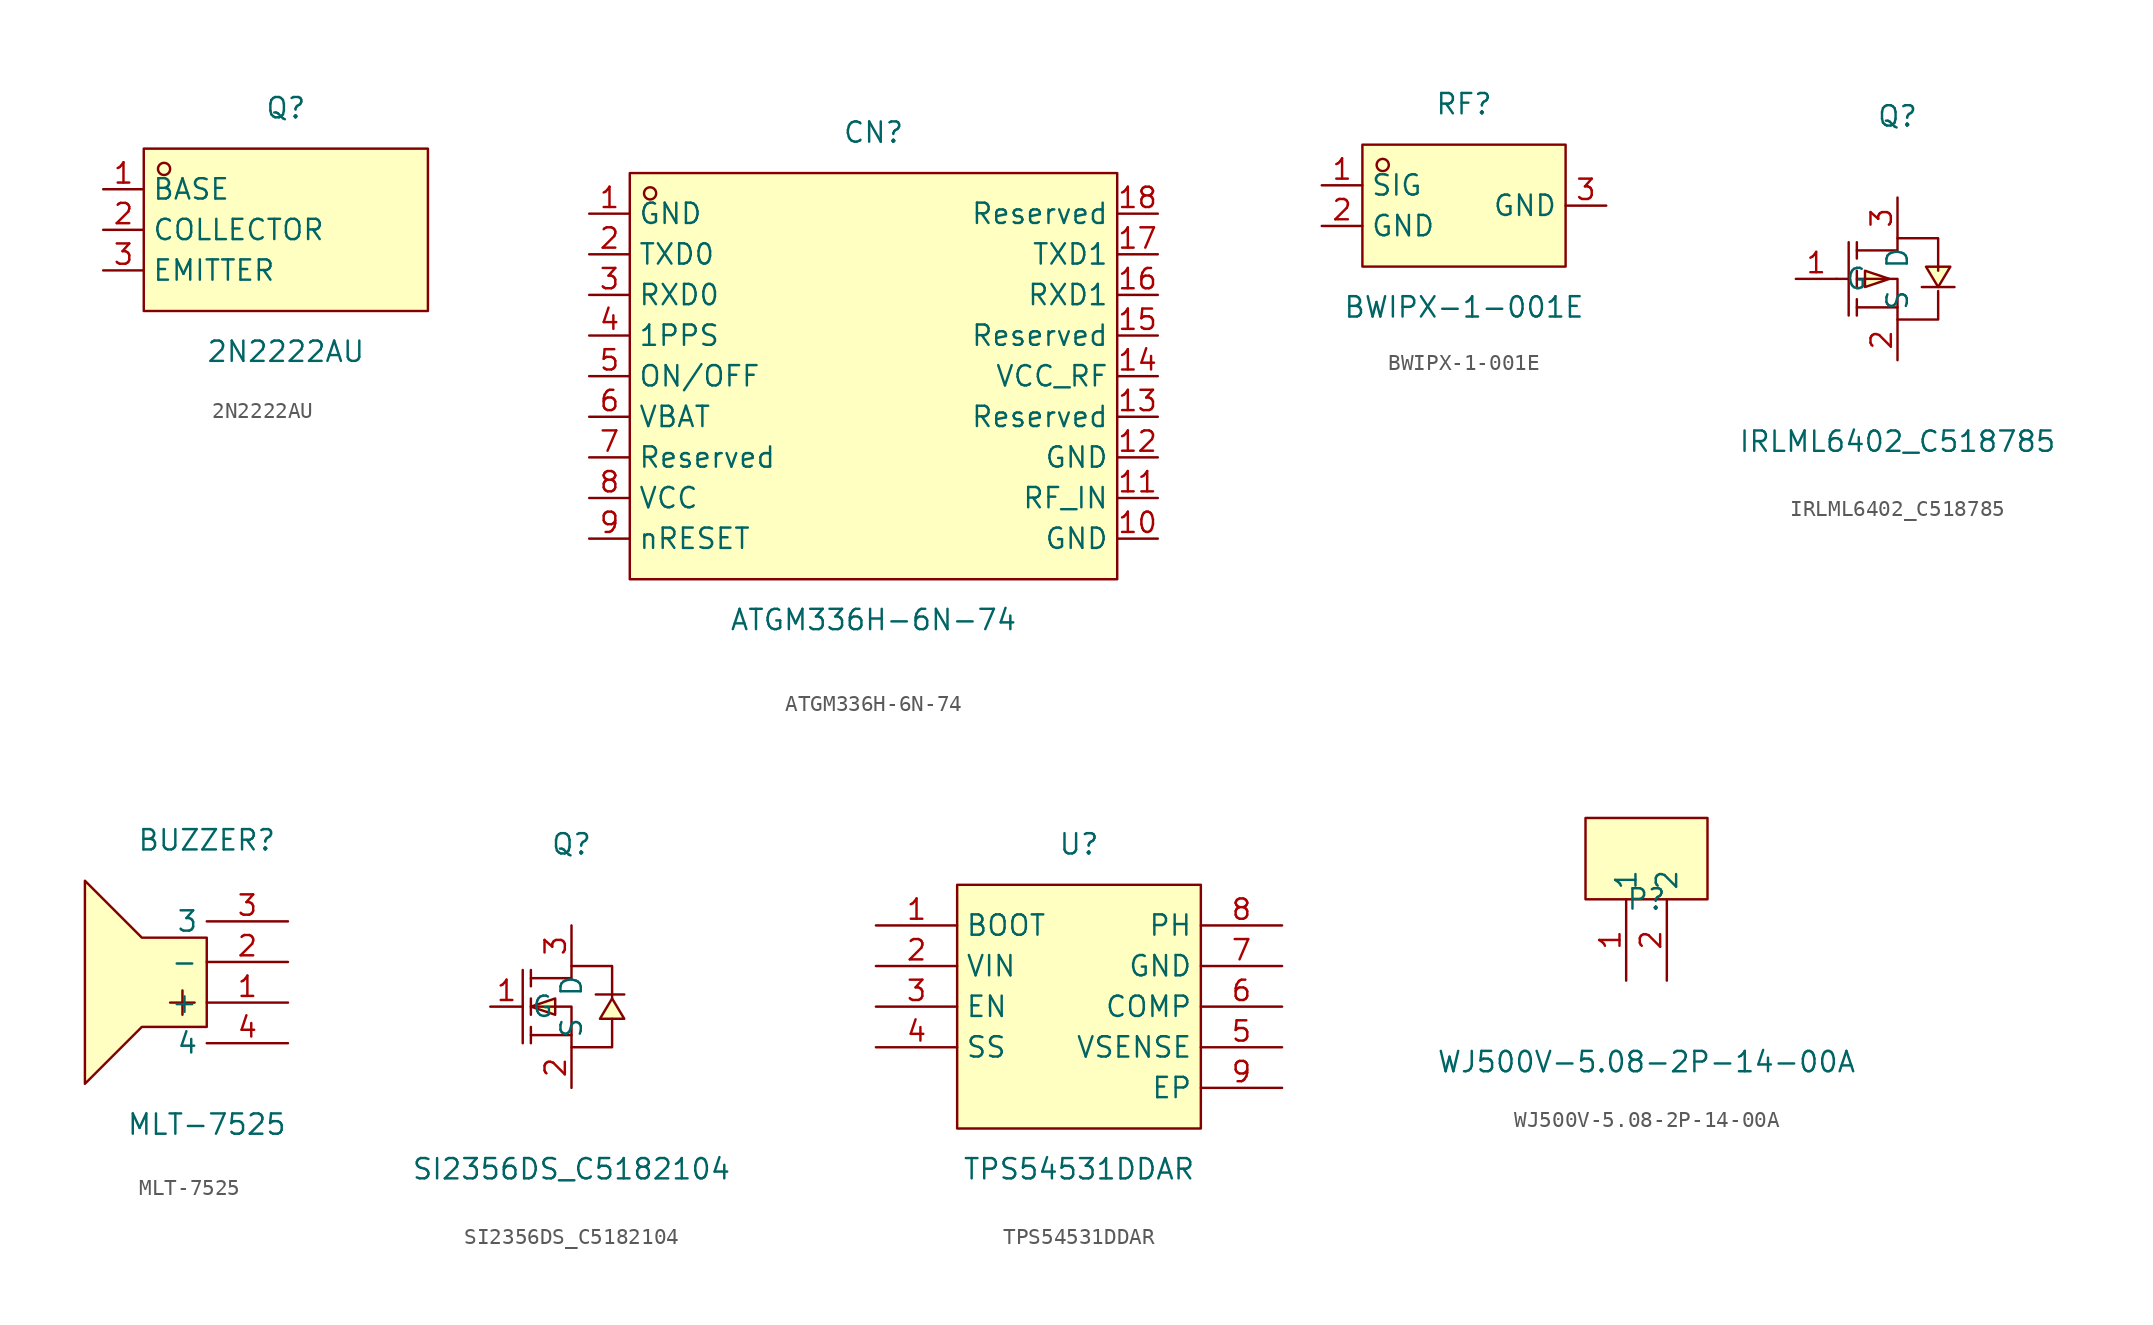
<source format=kicad_sym>
(kicad_symbol_lib
  (version 20211014)
  (generator https://github.com/uPesy/easyeda2kicad.py)
  (symbol "2N2222AU"
    (property "Reference" "Q"
      (at 0 7.62 0)
      (effects (font (size 1.27 1.27))))
    (property "Value" "2N2222AU"
      (at 0 -7.62 0)
      (effects (font (size 1.27 1.27))))
    (symbol "2N2222AU_0_1"
      (rectangle (start -8.89 5.08) (end 8.89 -5.08) (stroke (width 0) (type default) (color 0 0 0 0)) (fill (type background)))
      (circle (center -7.62 3.81) (radius 0.38) (stroke (width 0) (type default) (color 0 0 0 0)) (fill (type none)))
      (pin unspecified line (at -11.43 2.54 0) (length 2.54) (name "BASE" (effects (font (size 1.27 1.27)))) (number "1" (effects (font (size 1.27 1.27)))))
      (pin unspecified line (at -11.43 -0.00 0) (length 2.54) (name "COLLECTOR" (effects (font (size 1.27 1.27)))) (number "2" (effects (font (size 1.27 1.27)))))
      (pin unspecified line (at -11.43 -2.54 0) (length 2.54) (name "EMITTER" (effects (font (size 1.27 1.27)))) (number "3" (effects (font (size 1.27 1.27)))))))
  (symbol "ATGM336H-6N-74"
    (property "Reference" "CN"
      (at 0 15.24 0)
      (effects (font (size 1.27 1.27))))
    (property "Value" "ATGM336H-6N-74"
      (at 0 -15.24 0)
      (effects (font (size 1.27 1.27))))
    (symbol "ATGM336H-6N-74_0_1"
      (rectangle (start -15.24 12.70) (end 15.24 -12.70) (stroke (width 0) (type default) (color 0 0 0 0)) (fill (type background)))
      (circle (center -13.97 11.43) (radius 0.38) (stroke (width 0) (type default) (color 0 0 0 0)) (fill (type none)))
      (pin unspecified line (at -17.78 10.16 0) (length 2.54) (name "GND" (effects (font (size 1.27 1.27)))) (number "1" (effects (font (size 1.27 1.27)))))
      (pin unspecified line (at -17.78 7.62 0) (length 2.54) (name "TXD0" (effects (font (size 1.27 1.27)))) (number "2" (effects (font (size 1.27 1.27)))))
      (pin unspecified line (at -17.78 5.08 0) (length 2.54) (name "RXD0" (effects (font (size 1.27 1.27)))) (number "3" (effects (font (size 1.27 1.27)))))
      (pin unspecified line (at -17.78 2.54 0) (length 2.54) (name "1PPS" (effects (font (size 1.27 1.27)))) (number "4" (effects (font (size 1.27 1.27)))))
      (pin unspecified line (at -17.78 -0.00 0) (length 2.54) (name "ON/OFF" (effects (font (size 1.27 1.27)))) (number "5" (effects (font (size 1.27 1.27)))))
      (pin unspecified line (at -17.78 -2.54 0) (length 2.54) (name "VBAT" (effects (font (size 1.27 1.27)))) (number "6" (effects (font (size 1.27 1.27)))))
      (pin unspecified line (at -17.78 -5.08 0) (length 2.54) (name "Reserved" (effects (font (size 1.27 1.27)))) (number "7" (effects (font (size 1.27 1.27)))))
      (pin unspecified line (at -17.78 -7.62 0) (length 2.54) (name "VCC" (effects (font (size 1.27 1.27)))) (number "8" (effects (font (size 1.27 1.27)))))
      (pin unspecified line (at -17.78 -10.16 0) (length 2.54) (name "nRESET" (effects (font (size 1.27 1.27)))) (number "9" (effects (font (size 1.27 1.27)))))
      (pin unspecified line (at 17.78 -10.16 180) (length 2.54) (name "GND" (effects (font (size 1.27 1.27)))) (number "10" (effects (font (size 1.27 1.27)))))
      (pin unspecified line (at 17.78 -7.62 180) (length 2.54) (name "RF_IN" (effects (font (size 1.27 1.27)))) (number "11" (effects (font (size 1.27 1.27)))))
      (pin unspecified line (at 17.78 -5.08 180) (length 2.54) (name "GND" (effects (font (size 1.27 1.27)))) (number "12" (effects (font (size 1.27 1.27)))))
      (pin unspecified line (at 17.78 -2.54 180) (length 2.54) (name "Reserved" (effects (font (size 1.27 1.27)))) (number "13" (effects (font (size 1.27 1.27)))))
      (pin unspecified line (at 17.78 -0.00 180) (length 2.54) (name "VCC_RF" (effects (font (size 1.27 1.27)))) (number "14" (effects (font (size 1.27 1.27)))))
      (pin unspecified line (at 17.78 2.54 180) (length 2.54) (name "Reserved" (effects (font (size 1.27 1.27)))) (number "15" (effects (font (size 1.27 1.27)))))
      (pin unspecified line (at 17.78 5.08 180) (length 2.54) (name "RXD1" (effects (font (size 1.27 1.27)))) (number "16" (effects (font (size 1.27 1.27)))))
      (pin unspecified line (at 17.78 7.62 180) (length 2.54) (name "TXD1" (effects (font (size 1.27 1.27)))) (number "17" (effects (font (size 1.27 1.27)))))
      (pin unspecified line (at 17.78 10.16 180) (length 2.54) (name "Reserved" (effects (font (size 1.27 1.27)))) (number "18" (effects (font (size 1.27 1.27)))))))
  (symbol "BWIPX-1-001E"
    (property "Reference" "RF"
      (at 0 6.35 0)
      (effects (font (size 1.27 1.27))))
    (property "Value" "BWIPX-1-001E"
      (at 0 -6.35 0)
      (effects (font (size 1.27 1.27))))
    (symbol "BWIPX-1-001E_0_1"
      (rectangle (start -6.35 3.81) (end 6.35 -3.81) (stroke (width 0) (type default) (color 0 0 0 0)) (fill (type background)))
      (circle (center -5.08 2.54) (radius 0.38) (stroke (width 0) (type default) (color 0 0 0 0)) (fill (type none)))
      (pin unspecified line (at -8.89 1.27 0) (length 2.54) (name "SIG" (effects (font (size 1.27 1.27)))) (number "1" (effects (font (size 1.27 1.27)))))
      (pin unspecified line (at -8.89 -1.27 0) (length 2.54) (name "GND" (effects (font (size 1.27 1.27)))) (number "2" (effects (font (size 1.27 1.27)))))
      (pin unspecified line (at 8.89 -0.00 180) (length 2.54) (name "GND" (effects (font (size 1.27 1.27)))) (number "3" (effects (font (size 1.27 1.27)))))))
  (symbol "IRLML6402_C518785"
    (property "Reference" "Q"
      (at 0 10.16 0)
      (effects (font (size 1.27 1.27))))
    (property "Value" "IRLML6402_C518785"
      (at 0 -10.16 0)
      (effects (font (size 1.27 1.27))))
    (symbol "IRLML6402_C518785_0_1"
      (polyline (pts (xy 1.52 -0.51) (xy 2.03 -0.51) (xy 3.05 -0.51) (xy 3.56 -0.51)) (stroke (width 0) (type default) (color 0 0 0 0)) (fill (type none)))
      (polyline (pts (xy -3.81 -0.00) (xy -3.05 -0.00)) (stroke (width 0) (type default) (color 0 0 0 0)) (fill (type none)))
      (polyline (pts (xy -2.54 -2.29) (xy -2.54 -1.27)) (stroke (width 0) (type default) (color 0 0 0 0)) (fill (type none)))
      (polyline (pts (xy -2.54 -0.51) (xy -2.54 0.51)) (stroke (width 0) (type default) (color 0 0 0 0)) (fill (type none)))
      (polyline (pts (xy -2.54 2.29) (xy -2.54 1.27)) (stroke (width 0) (type default) (color 0 0 0 0)) (fill (type none)))
      (polyline (pts (xy -3.05 2.29) (xy -3.05 -2.29)) (stroke (width 0) (type default) (color 0 0 0 0)) (fill (type none)))
      (polyline (pts (xy 0.00 -1.78) (xy -2.54 -1.78)) (stroke (width 0) (type default) (color 0 0 0 0)) (fill (type none)))
      (polyline (pts (xy -2.54 -0.00) (xy 0.00 -0.00) (xy 0.00 -2.54) (xy 2.54 -2.54) (xy 2.54 -0.76)) (stroke (width 0) (type default) (color 0 0 0 0)) (fill (type none)))
      (polyline (pts (xy -2.54 1.78) (xy 0.00 1.78) (xy 0.00 2.54) (xy 2.54 2.54) (xy 2.54 0.51)) (stroke (width 0) (type default) (color 0 0 0 0)) (fill (type none)))
      (polyline (pts (xy 2.54 -0.51) (xy 3.30 0.76) (xy 1.78 0.76) (xy 2.54 -0.51)) (stroke (width 0) (type default) (color 0 0 0 0)) (fill (type background)))
      (polyline (pts (xy -0.51 -0.00) (xy -2.03 0.51) (xy -2.03 -0.51) (xy -0.51 -0.00)) (stroke (width 0) (type default) (color 0 0 0 0)) (fill (type background)))
      (pin unspecified line (at 0.00 -5.08 90) (length 2.54) (name "S" (effects (font (size 1.27 1.27)))) (number "2" (effects (font (size 1.27 1.27)))))
      (pin unspecified line (at -6.35 -0.00 0) (length 2.54) (name "G" (effects (font (size 1.27 1.27)))) (number "1" (effects (font (size 1.27 1.27)))))
      (pin unspecified line (at 0.00 5.08 270) (length 2.54) (name "D" (effects (font (size 1.27 1.27)))) (number "3" (effects (font (size 1.27 1.27)))))))
  (symbol "MLT-7525"
    (property "Reference" "BUZZER"
      (at 0 10.16 0)
      (effects (font (size 1.27 1.27))))
    (property "Value" "MLT-7525"
      (at 0 -7.62 0)
      (effects (font (size 1.27 1.27))))
    (symbol "MLT-7525_0_1"
      (polyline (pts (xy -1.52 0.76) (xy -1.52 -0.76)) (stroke (width 0) (type default) (color 0 0 0 0)) (fill (type none)))
      (polyline (pts (xy -2.29 -0.00) (xy -0.76 -0.00)) (stroke (width 0) (type default) (color 0 0 0 0)) (fill (type none)))
      (polyline (pts (xy -4.06 4.06) (xy 0.00 4.06) (xy 0.00 -1.52) (xy -4.06 -1.52) (xy -7.62 -5.08) (xy -7.62 7.62) (xy -4.06 4.06)) (stroke (width 0) (type default) (color 0 0 0 0)) (fill (type background)))
      (pin unspecified line (at 5.08 -2.54 180) (length 5.08) (name "4" (effects (font (size 1.27 1.27)))) (number "4" (effects (font (size 1.27 1.27)))))
      (pin unspecified line (at 5.08 5.08 180) (length 5.08) (name "3" (effects (font (size 1.27 1.27)))) (number "3" (effects (font (size 1.27 1.27)))))
      (pin unspecified line (at 5.08 2.54 180) (length 5.08) (name "-" (effects (font (size 1.27 1.27)))) (number "2" (effects (font (size 1.27 1.27)))))
      (pin unspecified line (at 5.08 -0.00 180) (length 5.08) (name "+" (effects (font (size 1.27 1.27)))) (number "1" (effects (font (size 1.27 1.27)))))))
  (symbol "SI2356DS_C5182104"
    (property "Reference" "Q"
      (at 0 10.16 0)
      (effects (font (size 1.27 1.27))))
    (property "Value" "SI2356DS_C5182104"
      (at 0 -10.16 0)
      (effects (font (size 1.27 1.27))))
    (symbol "SI2356DS_C5182104_0_1"
      (polyline (pts (xy 1.52 0.76) (xy 3.30 0.76)) (stroke (width 0) (type default) (color 0 0 0 0)) (fill (type none)))
      (polyline (pts (xy -2.54 -2.29) (xy -2.54 -1.27)) (stroke (width 0) (type default) (color 0 0 0 0)) (fill (type none)))
      (polyline (pts (xy -2.54 -0.51) (xy -2.54 0.51)) (stroke (width 0) (type default) (color 0 0 0 0)) (fill (type none)))
      (polyline (pts (xy -2.54 2.29) (xy -2.54 1.27)) (stroke (width 0) (type default) (color 0 0 0 0)) (fill (type none)))
      (polyline (pts (xy -3.05 2.29) (xy -3.05 -2.29)) (stroke (width 0) (type default) (color 0 0 0 0)) (fill (type none)))
      (polyline (pts (xy 0.00 -1.78) (xy -2.54 -1.78)) (stroke (width 0) (type default) (color 0 0 0 0)) (fill (type none)))
      (polyline (pts (xy -2.54 -0.00) (xy 0.00 -0.00) (xy 0.00 -2.54) (xy 2.54 -2.54) (xy 2.54 -0.76)) (stroke (width 0) (type default) (color 0 0 0 0)) (fill (type none)))
      (polyline (pts (xy -2.54 1.78) (xy 0.00 1.78) (xy 0.00 2.54) (xy 2.54 2.54) (xy 2.54 0.51)) (stroke (width 0) (type default) (color 0 0 0 0)) (fill (type none)))
      (polyline (pts (xy 2.54 0.51) (xy 1.78 -0.76) (xy 3.30 -0.76) (xy 2.54 0.51)) (stroke (width 0) (type default) (color 0 0 0 0)) (fill (type background)))
      (polyline (pts (xy -2.54 -0.00) (xy -1.02 -0.51) (xy -1.02 0.51) (xy -2.54 -0.00)) (stroke (width 0) (type default) (color 0 0 0 0)) (fill (type background)))
      (pin unspecified line (at 0.00 -5.08 90) (length 2.54) (name "S" (effects (font (size 1.27 1.27)))) (number "2" (effects (font (size 1.27 1.27)))))
      (pin unspecified line (at -5.08 -0.00 0) (length 2.032) (name "G" (effects (font (size 1.27 1.27)))) (number "1" (effects (font (size 1.27 1.27)))))
      (pin unspecified line (at 0.00 5.08 270) (length 2.54) (name "D" (effects (font (size 1.27 1.27)))) (number "3" (effects (font (size 1.27 1.27)))))))
  (symbol "TPS54531DDAR"
    (property "Reference" "U"
      (at 0 10.16 0)
      (effects (font (size 1.27 1.27))))
    (property "Value" "TPS54531DDAR"
      (at 0 -10.16 0)
      (effects (font (size 1.27 1.27))))
    (symbol "TPS54531DDAR_0_1"
      (rectangle (start -7.62 7.62) (end 7.62 -7.62) (stroke (width 0) (type default) (color 0 0 0 0)) (fill (type background)))
      (pin unspecified line (at -12.70 5.08 0) (length 5.08) (name "BOOT" (effects (font (size 1.27 1.27)))) (number "1" (effects (font (size 1.27 1.27)))))
      (pin unspecified line (at -12.70 2.54 0) (length 5.08) (name "VIN" (effects (font (size 1.27 1.27)))) (number "2" (effects (font (size 1.27 1.27)))))
      (pin unspecified line (at -12.70 -0.00 0) (length 5.08) (name "EN" (effects (font (size 1.27 1.27)))) (number "3" (effects (font (size 1.27 1.27)))))
      (pin unspecified line (at -12.70 -2.54 0) (length 5.08) (name "SS" (effects (font (size 1.27 1.27)))) (number "4" (effects (font (size 1.27 1.27)))))
      (pin unspecified line (at 12.70 -2.54 180) (length 5.08) (name "VSENSE" (effects (font (size 1.27 1.27)))) (number "5" (effects (font (size 1.27 1.27)))))
      (pin unspecified line (at 12.70 -0.00 180) (length 5.08) (name "COMP" (effects (font (size 1.27 1.27)))) (number "6" (effects (font (size 1.27 1.27)))))
      (pin unspecified line (at 12.70 2.54 180) (length 5.08) (name "GND" (effects (font (size 1.27 1.27)))) (number "7" (effects (font (size 1.27 1.27)))))
      (pin unspecified line (at 12.70 5.08 180) (length 5.08) (name "PH" (effects (font (size 1.27 1.27)))) (number "8" (effects (font (size 1.27 1.27)))))
      (pin unspecified line (at 12.70 -5.08 180) (length 5.08) (name "EP" (effects (font (size 1.27 1.27)))) (number "9" (effects (font (size 1.27 1.27)))))))
  (symbol "WJ500V-5.08-2P-14-00A"
    (property "Reference" "P"
      (at 0 0.00 0)
      (effects (font (size 1.27 1.27))))
    (property "Value" "WJ500V-5.08-2P-14-00A"
      (at 0 -10.16 0)
      (effects (font (size 1.27 1.27))))
    (symbol "WJ500V-5.08-2P-14-00A_0_1"
      (rectangle (start -3.81 5.08) (end 3.81 0.00) (stroke (width 0) (type default) (color 0 0 0 0)) (fill (type background)))
      (pin unspecified line (at -1.27 -5.08 90) (length 5.08) (name "1" (effects (font (size 1.27 1.27)))) (number "1" (effects (font (size 1.27 1.27)))))
      (pin unspecified line (at 1.27 -5.08 90) (length 5.08) (name "2" (effects (font (size 1.27 1.27)))) (number "2" (effects (font (size 1.27 1.27))))))))
</source>
